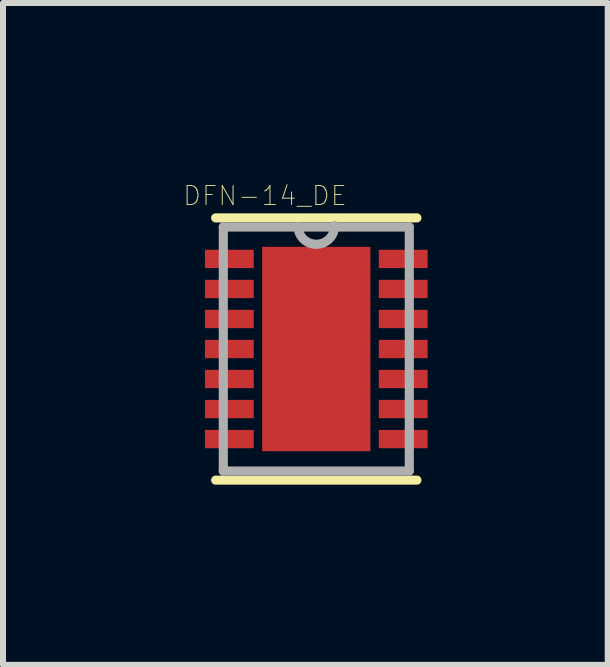
<source format=kicad_pcb>
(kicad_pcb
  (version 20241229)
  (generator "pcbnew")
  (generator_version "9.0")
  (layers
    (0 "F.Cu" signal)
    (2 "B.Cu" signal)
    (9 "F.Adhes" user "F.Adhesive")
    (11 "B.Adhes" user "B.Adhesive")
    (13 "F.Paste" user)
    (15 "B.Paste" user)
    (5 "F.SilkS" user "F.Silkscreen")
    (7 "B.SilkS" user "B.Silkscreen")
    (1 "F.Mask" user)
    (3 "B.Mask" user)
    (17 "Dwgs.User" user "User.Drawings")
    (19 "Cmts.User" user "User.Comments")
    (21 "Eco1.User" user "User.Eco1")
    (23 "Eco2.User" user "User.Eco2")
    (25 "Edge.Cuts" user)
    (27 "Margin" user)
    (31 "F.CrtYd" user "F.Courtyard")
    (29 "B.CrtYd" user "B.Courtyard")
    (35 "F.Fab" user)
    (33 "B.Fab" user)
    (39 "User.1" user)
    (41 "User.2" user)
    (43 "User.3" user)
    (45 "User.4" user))
  (footprint "DFN-14_DE"
    (layer "F.Cu")
    (at 2.218 2.763)
    (property "Reference" "DFN-14_DE" (at -0.854 -2.552 0) (layer "F.SilkS") (effects (font (size 0.315 0.315) (thickness 0.015))))
    (attr through_hole)
    (fp_line (start -1.676 2.184) (end 1.676 2.184) (stroke (width 0.152) (type solid)) (layer "F.SilkS"))
    (fp_line (start 1.676 -2.184) (end -1.676 -2.184) (stroke (width 0.152) (type solid)) (layer "F.SilkS"))
    (fp_poly (pts (xy -0.802 -1.602) (xy -0.802 -0.1) (xy 0.802 -0.1) (xy 0.802 -1.602)) (stroke (width 0.025) (type solid)) (fill yes) (layer "F.Paste"))
    (fp_poly (pts (xy -0.802 0.1) (xy -0.802 1.602) (xy 0.802 1.602) (xy 0.802 0.1)) (stroke (width 0.025) (type solid)) (fill yes) (layer "F.Paste"))
    (fp_line (start -1.549 -2.032) (end -1.549 2.032) (stroke (width 0.152) (type solid)) (layer "F.Fab"))
    (fp_line (start -1.549 2.032) (end 1.549 2.032) (stroke (width 0.152) (type solid)) (layer "F.Fab"))
    (fp_line (start -0.305 -2.032) (end -1.549 -2.032) (stroke (width 0.152) (type solid)) (layer "F.Fab"))
    (fp_line (start 1.549 -2.032) (end -0.305 -2.032) (stroke (width 0.152) (type solid)) (layer "F.Fab"))
    (fp_line (start 1.549 2.032) (end 1.549 -2.032) (stroke (width 0.152) (type solid)) (layer "F.Fab"))
    (fp_arc (start 0.3048 -2.0574) (mid 0.0127 -1.7399) (end -0.3048 -2.032) (stroke (width 0.1524) (type solid)) (layer "F.Fab"))
    (pad "1" smd rect (at -1.448 -1.5) (size 0.813 0.305) (layers "F.Cu" "F.Mask" "F.Paste"))
    (pad "2" smd rect (at -1.448 -1) (size 0.813 0.305) (layers "F.Cu" "F.Mask" "F.Paste"))
    (pad "3" smd rect (at -1.448 -0.5) (size 0.813 0.305) (layers "F.Cu" "F.Mask" "F.Paste"))
    (pad "4" smd rect (at -1.448 0) (size 0.813 0.305) (layers "F.Cu" "F.Mask" "F.Paste"))
    (pad "5" smd rect (at -1.448 0.5) (size 0.813 0.305) (layers "F.Cu" "F.Mask" "F.Paste"))
    (pad "6" smd rect (at -1.448 1) (size 0.813 0.305) (layers "F.Cu" "F.Mask" "F.Paste"))
    (pad "7" smd rect (at -1.448 1.5) (size 0.813 0.305) (layers "F.Cu" "F.Mask" "F.Paste"))
    (pad "8" smd rect (at 1.448 1.5) (size 0.813 0.305) (layers "F.Cu" "F.Mask" "F.Paste"))
    (pad "9" smd rect (at 1.448 1) (size 0.813 0.305) (layers "F.Cu" "F.Mask" "F.Paste"))
    (pad "10" smd rect (at 1.448 0.5) (size 0.813 0.305) (layers "F.Cu" "F.Mask" "F.Paste"))
    (pad "11" smd rect (at 1.448 0) (size 0.813 0.305) (layers "F.Cu" "F.Mask" "F.Paste"))
    (pad "12" smd rect (at 1.448 -0.5) (size 0.813 0.305) (layers "F.Cu" "F.Mask" "F.Paste"))
    (pad "13" smd rect (at 1.448 -1) (size 0.813 0.305) (layers "F.Cu" "F.Mask" "F.Paste"))
    (pad "14" smd rect (at 1.448 -1.5) (size 0.813 0.305) (layers "F.Cu" "F.Mask" "F.Paste"))
    (pad "15" smd rect (at 0 0) (size 1.803 3.404) (layers "F.Cu" "F.Mask")))
  (gr_rect
    (start -3 -3)
    (end 7.072 8.024)
    (stroke (width 0.1) (type default))
    (fill no)
    (layer "Edge.Cuts")))
</source>
